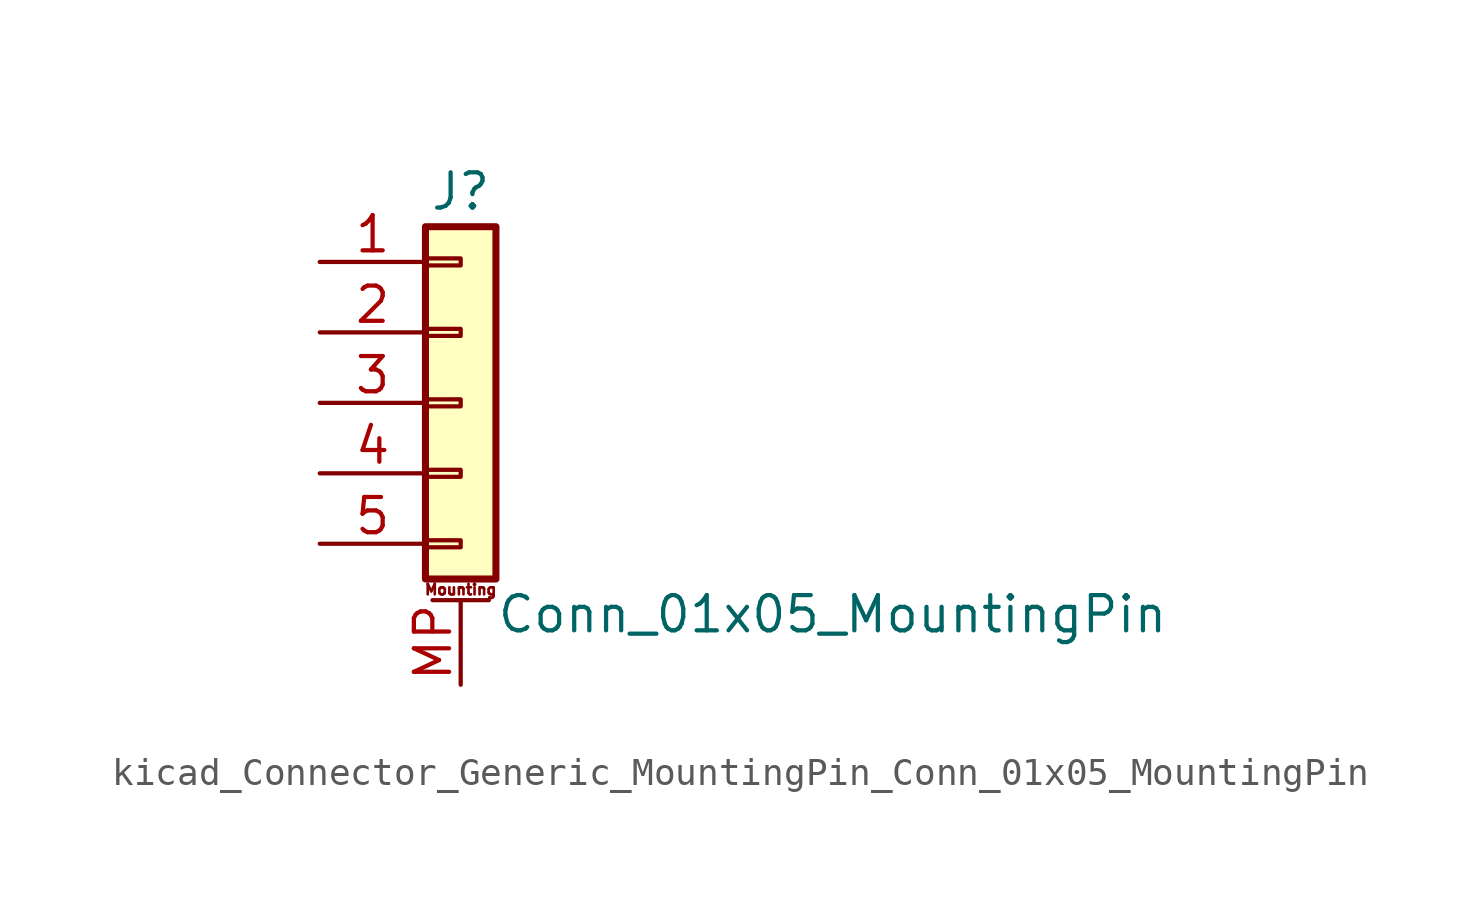
<source format=kicad_sym>
(kicad_symbol_lib
  (version 20220914)
  (generator kicad_symbol_editor)
  (symbol "kicad_Connector_Generic_MountingPin_Conn_01x05_MountingPin"
    (pin_names
      (offset 1.016) hide)
    (property "Reference" "J"
      (at 0 7.62 0)
      (effects (font (size 1.27 1.27))))
    (property "Value" "Conn_01x05_MountingPin"
      (at 1.27 -7.62 0)
      (effects (font (size 1.27 1.27)) (justify left)))
    (symbol "kicad_Connector_Generic_MountingPin_Conn_01x05_MountingPin_1_1"
      (rectangle (start -1.27 -4.953) (end 0 -5.207) (stroke (width 0.152) (type default)) (fill (type none)))
      (rectangle (start -1.27 -2.413) (end 0 -2.667) (stroke (width 0.152) (type default)) (fill (type none)))
      (rectangle (start -1.27 0.127) (end 0 -0.127) (stroke (width 0.152) (type default)) (fill (type none)))
      (rectangle (start -1.27 2.667) (end 0 2.413) (stroke (width 0.152) (type default)) (fill (type none)))
      (rectangle (start -1.27 5.207) (end 0 4.953) (stroke (width 0.152) (type default)) (fill (type none)))
      (rectangle (start -1.27 6.35) (end 1.27 -6.35) (stroke (width 0.254) (type default)) (fill (type background)))
      (polyline (pts (xy -1.016 -7.112) (xy 1.016 -7.112)) (stroke (width 0.152) (type default)) (fill (type none)))
      (text "Mounting" (at 0 -6.731 0) (effects (font (size 0.381 0.381))))
      (pin passive line (at -5.08 5.08 0) (length 3.81) (name "Pin_1" (effects (font (size 1.27 1.27)))) (number "1" (effects (font (size 1.27 1.27)))))
      (pin passive line (at -5.08 2.54 0) (length 3.81) (name "Pin_2" (effects (font (size 1.27 1.27)))) (number "2" (effects (font (size 1.27 1.27)))))
      (pin passive line (at -5.08 0 0) (length 3.81) (name "Pin_3" (effects (font (size 1.27 1.27)))) (number "3" (effects (font (size 1.27 1.27)))))
      (pin passive line (at -5.08 -2.54 0) (length 3.81) (name "Pin_4" (effects (font (size 1.27 1.27)))) (number "4" (effects (font (size 1.27 1.27)))))
      (pin passive line (at -5.08 -5.08 0) (length 3.81) (name "Pin_5" (effects (font (size 1.27 1.27)))) (number "5" (effects (font (size 1.27 1.27)))))
      (pin passive line (at 0 -10.16 90) (length 3.048) (name "MountPin" (effects (font (size 1.27 1.27)))) (number "MP" (effects (font (size 1.27 1.27))))))))
</source>
